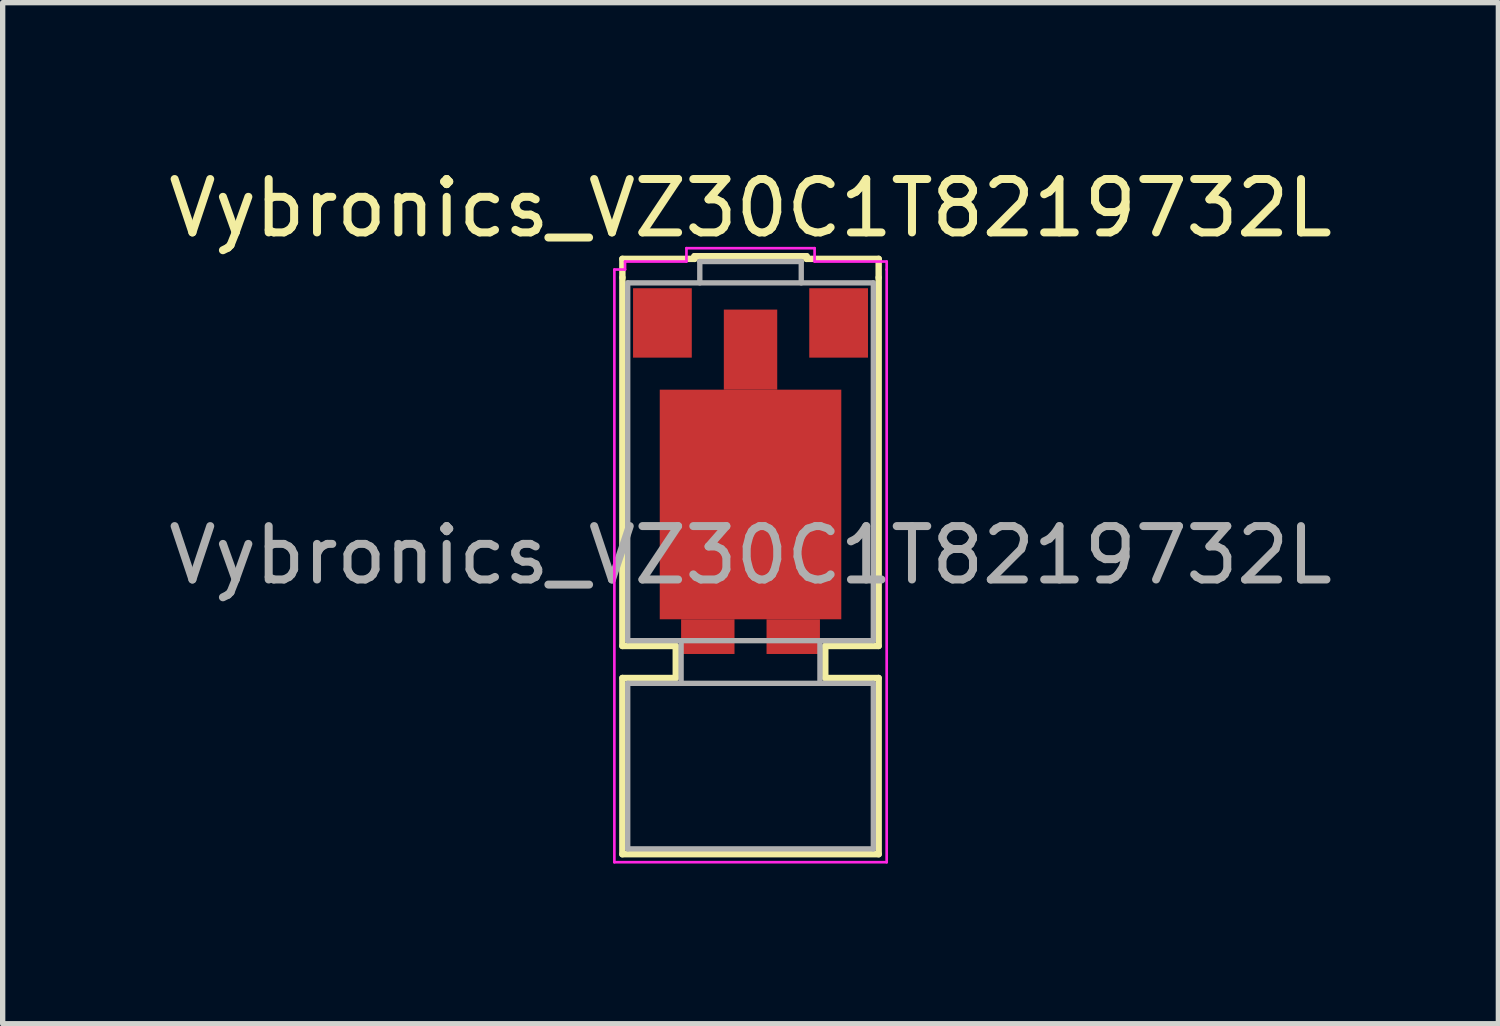
<source format=kicad_pcb>
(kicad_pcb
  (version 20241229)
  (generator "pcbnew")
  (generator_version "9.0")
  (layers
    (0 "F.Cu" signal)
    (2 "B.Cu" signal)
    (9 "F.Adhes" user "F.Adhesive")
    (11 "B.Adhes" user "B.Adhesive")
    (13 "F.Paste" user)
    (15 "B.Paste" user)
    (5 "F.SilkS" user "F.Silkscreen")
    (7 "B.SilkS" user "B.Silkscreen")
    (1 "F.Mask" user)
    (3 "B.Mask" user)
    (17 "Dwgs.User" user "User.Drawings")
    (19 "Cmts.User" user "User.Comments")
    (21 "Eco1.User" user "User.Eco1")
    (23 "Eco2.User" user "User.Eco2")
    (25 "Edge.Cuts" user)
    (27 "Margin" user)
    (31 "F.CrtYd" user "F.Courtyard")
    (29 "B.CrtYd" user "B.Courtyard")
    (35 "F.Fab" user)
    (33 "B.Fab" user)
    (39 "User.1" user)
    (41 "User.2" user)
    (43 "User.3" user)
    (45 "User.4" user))
  (footprint "Vybronics_VZ30C1T8219732L"
    (layer "F.Cu")
    (at 11.006 7.348)
    (property "Reference" "Vybronics_VZ30C1T8219732L" (at 0 -6.5 0) (layer "F.SilkS") (effects (font (size 1 1) (thickness 0.15))))
    (attr smd)
    (fp_line (start -2.4 -5.55) (end -1.05 -5.55) (stroke (width 0.12) (type solid)) (layer "F.SilkS"))
    (fp_line (start -2.4 -5.2) (end -2.4 -5.55) (stroke (width 0.12) (type solid)) (layer "F.SilkS"))
    (fp_line (start -2.4 1.7) (end -2.4 -5.2) (stroke (width 0.12) (type solid)) (layer "F.SilkS"))
    (fp_line (start -2.4 2.3) (end -1.4 2.3) (stroke (width 0.12) (type solid)) (layer "F.SilkS"))
    (fp_line (start -2.4 5.6) (end -2.4 2.3) (stroke (width 0.12) (type solid)) (layer "F.SilkS"))
    (fp_line (start -1.4 1.7) (end -2.4 1.7) (stroke (width 0.12) (type solid)) (layer "F.SilkS"))
    (fp_line (start -1.4 2.3) (end -1.4 1.7) (stroke (width 0.12) (type solid)) (layer "F.SilkS"))
    (fp_line (start -1.05 -5.6) (end 1.05 -5.6) (stroke (width 0.12) (type solid)) (layer "F.SilkS"))
    (fp_line (start -1.05 -5.55) (end -1.05 -5.6) (stroke (width 0.12) (type solid)) (layer "F.SilkS"))
    (fp_line (start 1.05 -5.6) (end 1.05 -5.55) (stroke (width 0.12) (type solid)) (layer "F.SilkS"))
    (fp_line (start 1.05 -5.55) (end 2.4 -5.55) (stroke (width 0.12) (type solid)) (layer "F.SilkS"))
    (fp_line (start 1.4 1.7) (end 1.4 2.3) (stroke (width 0.12) (type solid)) (layer "F.SilkS"))
    (fp_line (start 1.4 2.3) (end 2.4 2.3) (stroke (width 0.12) (type solid)) (layer "F.SilkS"))
    (fp_line (start 2.4 -5.55) (end 2.4 -5.2) (stroke (width 0.12) (type solid)) (layer "F.SilkS"))
    (fp_line (start 2.4 -5.2) (end 2.4 1.7) (stroke (width 0.12) (type solid)) (layer "F.SilkS"))
    (fp_line (start 2.4 1.7) (end 1.4 1.7) (stroke (width 0.12) (type solid)) (layer "F.SilkS"))
    (fp_line (start 2.4 2.3) (end 2.4 5.6) (stroke (width 0.12) (type solid)) (layer "F.SilkS"))
    (fp_line (start 2.4 5.6) (end -2.4 5.6) (stroke (width 0.12) (type solid)) (layer "F.SilkS"))
    (fp_line (start -2.55 -5.35) (end -2.35 -5.35) (stroke (width 0.05) (type solid)) (layer "F.CrtYd"))
    (fp_line (start -2.55 5.75) (end -2.55 -5.35) (stroke (width 0.05) (type solid)) (layer "F.CrtYd"))
    (fp_line (start -2.35 -5.5) (end -1.2 -5.5) (stroke (width 0.05) (type solid)) (layer "F.CrtYd"))
    (fp_line (start -2.35 -5.35) (end -2.35 -5.5) (stroke (width 0.05) (type solid)) (layer "F.CrtYd"))
    (fp_line (start -1.2 -5.75) (end 1.2 -5.75) (stroke (width 0.05) (type solid)) (layer "F.CrtYd"))
    (fp_line (start -1.2 -5.5) (end -1.2 -5.75) (stroke (width 0.05) (type solid)) (layer "F.CrtYd"))
    (fp_line (start 1.2 -5.75) (end 1.2 -5.5) (stroke (width 0.05) (type solid)) (layer "F.CrtYd"))
    (fp_line (start 1.2 -5.5) (end 2.55 -5.5) (stroke (width 0.05) (type solid)) (layer "F.CrtYd"))
    (fp_line (start 2.55 -5.5) (end 2.55 -5.35) (stroke (width 0.05) (type solid)) (layer "F.CrtYd"))
    (fp_line (start 2.55 -5.35) (end 2.55 5.75) (stroke (width 0.05) (type solid)) (layer "F.CrtYd"))
    (fp_line (start 2.55 5.75) (end -2.55 5.75) (stroke (width 0.05) (type solid)) (layer "F.CrtYd"))
    (fp_line (start -2.3 -5.1) (end -2.3 1.6) (stroke (width 0.1) (type solid)) (layer "F.Fab"))
    (fp_line (start -2.3 1.6) (end 2.3 1.6) (stroke (width 0.1) (type solid)) (layer "F.Fab"))
    (fp_line (start -2.3 2.4) (end -2.3 5.5) (stroke (width 0.1) (type solid)) (layer "F.Fab"))
    (fp_line (start -2.3 5.5) (end 2.3 5.5) (stroke (width 0.1) (type solid)) (layer "F.Fab"))
    (fp_line (start -1.3 1.6) (end -1.3 2.4) (stroke (width 0.1) (type solid)) (layer "F.Fab"))
    (fp_line (start -0.95 -5.5) (end -0.95 -5.1) (stroke (width 0.1) (type solid)) (layer "F.Fab"))
    (fp_line (start 0.95 -5.5) (end -0.95 -5.5) (stroke (width 0.1) (type solid)) (layer "F.Fab"))
    (fp_line (start 0.95 -5.1) (end 0.95 -5.5) (stroke (width 0.1) (type solid)) (layer "F.Fab"))
    (fp_line (start 1.3 1.6) (end 1.3 2.4) (stroke (width 0.1) (type solid)) (layer "F.Fab"))
    (fp_line (start 2.3 -5.1) (end -2.3 -5.1) (stroke (width 0.1) (type solid)) (layer "F.Fab"))
    (fp_line (start 2.3 1.6) (end 2.3 -5.1) (stroke (width 0.1) (type solid)) (layer "F.Fab"))
    (fp_line (start 2.3 2.4) (end -2.3 2.4) (stroke (width 0.1) (type solid)) (layer "F.Fab"))
    (fp_line (start 2.3 5.5) (end 2.3 2.4) (stroke (width 0.1) (type solid)) (layer "F.Fab"))
    (fp_text user "${REFERENCE}" (at 0 0 0) (layer "F.Fab") (effects (font (size 1 1) (thickness 0.15))))
    (pad "" smd rect (at -0.85 -2.315 270) (size 1.07 1.4) (layers "F.Paste"))
    (pad "" smd rect (at -0.85 -0.905 270) (size 1.07 1.4) (layers "F.Paste"))
    (pad "" smd rect (at -0.85 0.505 270) (size 1.07 1.4) (layers "F.Paste"))
    (pad "" smd rect (at 0.85 -2.315 270) (size 1.07 1.4) (layers "F.Paste"))
    (pad "" smd rect (at 0.85 -0.905 270) (size 1.07 1.4) (layers "F.Paste"))
    (pad "" smd rect (at 0.85 0.505 270) (size 1.07 1.4) (layers "F.Paste"))
    (pad "1" smd rect (at -1.65 -4.35 270) (size 1.3 1.1) (layers "F.Cu" "F.Mask" "F.Paste"))
    (pad "2" smd rect (at 1.65 -4.35 270) (size 1.3 1.1) (layers "F.Cu" "F.Mask" "F.Paste"))
    (pad "SH" smd rect (at -0.8 1.525) (size 1 0.65) (layers "F.Cu" "F.Mask" "F.Paste"))
    (pad "SH" smd rect (at 0 -3.85 270) (size 1.5 1) (layers "F.Cu" "F.Mask" "F.Paste"))
    (pad "SH" smd rect (at 0 -0.95 270) (size 4.3 3.4) (layers "F.Cu" "F.Mask"))
    (pad "SH" smd rect (at 0.8 1.525) (size 1 0.65) (layers "F.Cu" "F.Mask" "F.Paste")))
  (gr_rect
    (start -3 -3)
    (end 25.012 16.123)
    (stroke (width 0.1) (type default))
    (fill no)
    (layer "Edge.Cuts")))
</source>
